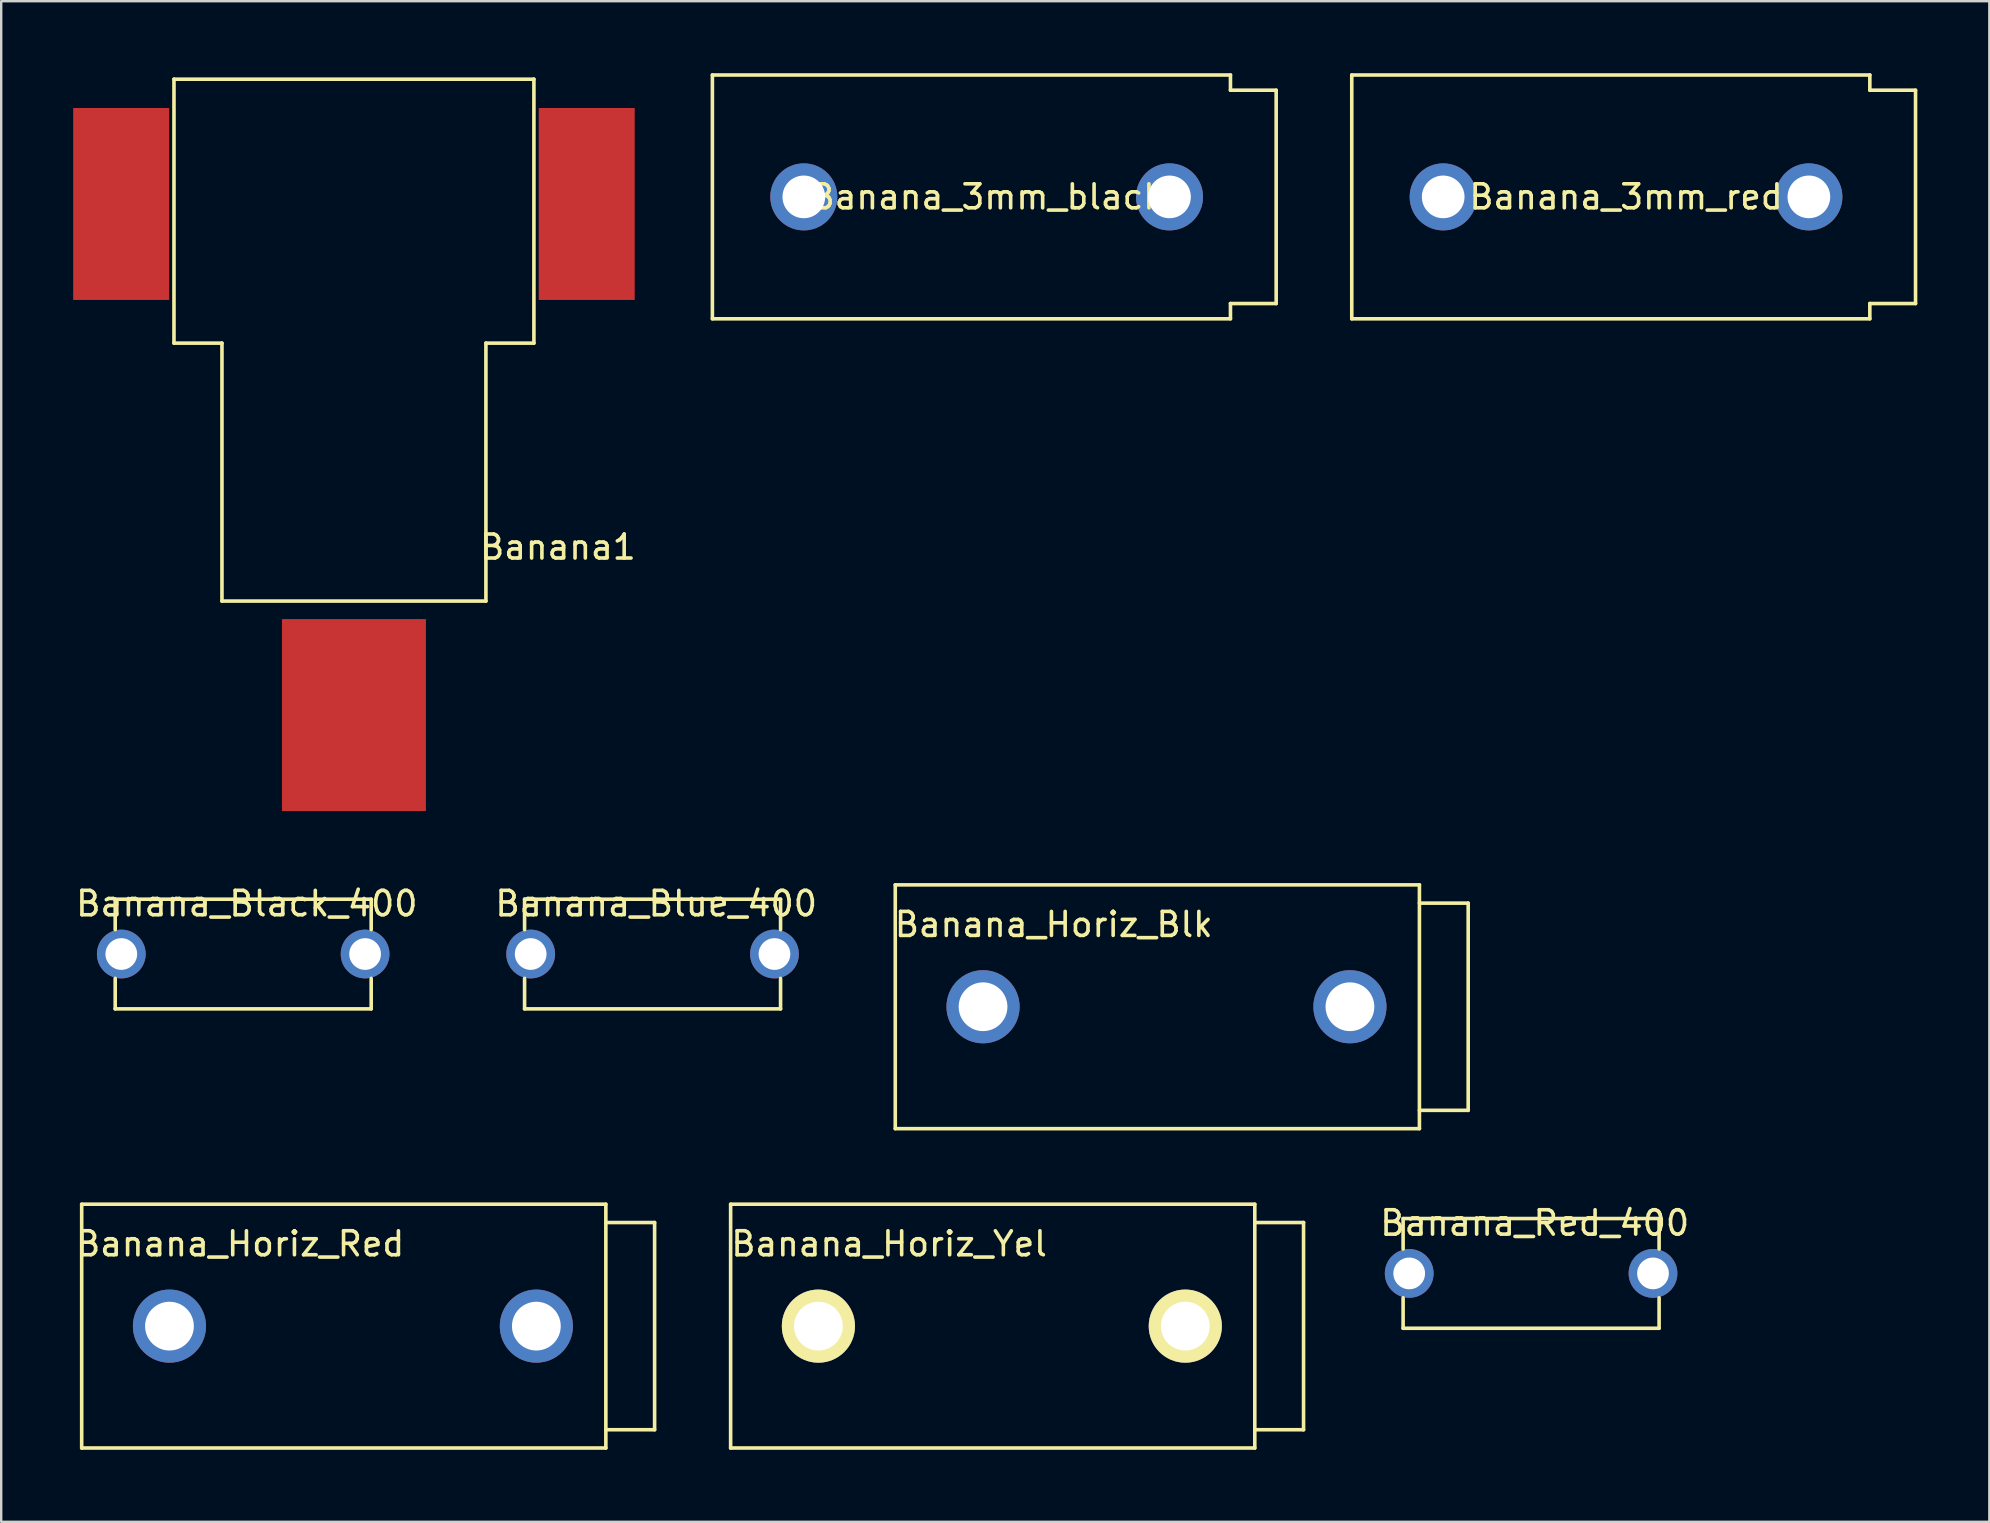
<source format=kicad_pcb>
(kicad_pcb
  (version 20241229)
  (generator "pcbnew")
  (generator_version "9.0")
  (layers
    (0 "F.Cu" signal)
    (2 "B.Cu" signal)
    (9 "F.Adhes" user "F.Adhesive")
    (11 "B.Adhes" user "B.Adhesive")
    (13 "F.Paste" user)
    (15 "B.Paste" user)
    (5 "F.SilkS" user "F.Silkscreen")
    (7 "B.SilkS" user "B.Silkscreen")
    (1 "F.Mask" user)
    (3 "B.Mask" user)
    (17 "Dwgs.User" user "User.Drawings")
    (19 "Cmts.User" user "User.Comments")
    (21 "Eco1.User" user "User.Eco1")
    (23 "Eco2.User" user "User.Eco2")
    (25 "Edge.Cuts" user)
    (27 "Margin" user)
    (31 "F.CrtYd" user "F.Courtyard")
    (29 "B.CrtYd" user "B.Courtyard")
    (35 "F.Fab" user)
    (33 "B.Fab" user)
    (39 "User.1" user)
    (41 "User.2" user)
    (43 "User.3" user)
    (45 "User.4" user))
  (footprint "Banana_Blue_400"
    (layer "F.Cu")
    (at 24.145 36.708)
    (property "Reference" "Banana_Blue_400" (at 0.15 -2.1 0) (layer "F.SilkS") (effects (font (size 1.016 1.016) (thickness 0.15))))
    (attr through_hole)
    (fp_line (start -5.334 -2.286) (end -5.334 -1.016) (stroke (width 0.15) (type solid)) (layer "F.SilkS"))
    (fp_line (start -5.334 1.016) (end -5.334 2.286) (stroke (width 0.15) (type solid)) (layer "F.SilkS"))
    (fp_line (start -5.334 2.286) (end 5.334 2.286) (stroke (width 0.15) (type solid)) (layer "F.SilkS"))
    (fp_line (start 5.334 -2.286) (end -5.334 -2.286) (stroke (width 0.15) (type solid)) (layer "F.SilkS"))
    (fp_line (start 5.334 -1.016) (end 5.334 -2.286) (stroke (width 0.15) (type solid)) (layer "F.SilkS"))
    (fp_line (start 5.334 2.286) (end 5.334 1.016) (stroke (width 0.15) (type solid)) (layer "F.SilkS"))
    (pad "1" thru_hole circle (at -5.08 0) (size 2.032 2.032) (drill 1.321) (layers "*.Cu" "*.Mask"))
    (pad "2" thru_hole circle (at 5.08 0) (size 2.032 2.032) (drill 1.321) (layers "*.Cu" "*.Mask")))
  (footprint "Banana_Horiz_Blk"
    (layer "F.Cu")
    (at 45.562 38.905)
    (property "Reference" "Banana_Horiz_Blk" (at -4.699 -3.429 0) (layer "F.SilkS") (effects (font (size 1 1) (thickness 0.15))))
    (attr through_hole)
    (fp_line (start -11.303 -5.08) (end 10.541 -5.08) (stroke (width 0.15) (type solid)) (layer "F.SilkS"))
    (fp_line (start -11.303 5.08) (end -11.303 -5.08) (stroke (width 0.15) (type solid)) (layer "F.SilkS"))
    (fp_line (start 10.541 -5.08) (end 10.541 5.08) (stroke (width 0.15) (type solid)) (layer "F.SilkS"))
    (fp_line (start 10.541 -4.318) (end 12.573 -4.318) (stroke (width 0.15) (type solid)) (layer "F.SilkS"))
    (fp_line (start 10.541 5.08) (end -11.303 5.08) (stroke (width 0.15) (type solid)) (layer "F.SilkS"))
    (fp_line (start 12.573 -4.318) (end 12.573 4.318) (stroke (width 0.15) (type solid)) (layer "F.SilkS"))
    (fp_line (start 12.573 4.318) (end 10.541 4.318) (stroke (width 0.15) (type solid)) (layer "F.SilkS"))
    (pad "1" thru_hole circle (at 7.645 0) (size 3.048 3.048) (drill 2.032) (layers "*.Cu" "*.Mask"))
    (pad "2" thru_hole circle (at -7.645 0) (size 3.048 3.048) (drill 2.032) (layers "*.Cu" "*.Mask")))
  (footprint "Banana_Black_400"
    (layer "F.Cu")
    (at 7.085 36.708)
    (property "Reference" "Banana_Black_400" (at 0.15 -2.1 0) (layer "F.SilkS") (effects (font (size 1.016 1.016) (thickness 0.15))))
    (attr through_hole)
    (fp_line (start -5.334 -2.286) (end -5.334 -1.016) (stroke (width 0.15) (type solid)) (layer "F.SilkS"))
    (fp_line (start -5.334 1.016) (end -5.334 2.286) (stroke (width 0.15) (type solid)) (layer "F.SilkS"))
    (fp_line (start -5.334 2.286) (end 5.334 2.286) (stroke (width 0.15) (type solid)) (layer "F.SilkS"))
    (fp_line (start 5.334 -2.286) (end -5.334 -2.286) (stroke (width 0.15) (type solid)) (layer "F.SilkS"))
    (fp_line (start 5.334 -1.016) (end 5.334 -2.286) (stroke (width 0.15) (type solid)) (layer "F.SilkS"))
    (fp_line (start 5.334 2.286) (end 5.334 1.016) (stroke (width 0.15) (type solid)) (layer "F.SilkS"))
    (pad "1" thru_hole circle (at -5.08 0) (size 2.032 2.032) (drill 1.321) (layers "*.Cu" "*.Mask"))
    (pad "2" thru_hole circle (at 5.08 0) (size 2.032 2.032) (drill 1.321) (layers "*.Cu" "*.Mask")))
  (footprint "Banana1"
    (layer "F.Cu")
    (at 11.7 0.25)
    (property "Reference" "Banana1" (at 8.5 19.5 0) (layer "F.SilkS") (effects (font (size 1 1) (thickness 0.15))))
    (attr through_hole)
    (fp_line (start -7.5 0) (end -7.5 11) (stroke (width 0.15) (type solid)) (layer "F.SilkS"))
    (fp_line (start -7.5 11) (end -5.5 11) (stroke (width 0.15) (type solid)) (layer "F.SilkS"))
    (fp_line (start -5.5 11) (end -5.5 21.75) (stroke (width 0.15) (type solid)) (layer "F.SilkS"))
    (fp_line (start -5.5 21.75) (end 5.5 21.75) (stroke (width 0.15) (type solid)) (layer "F.SilkS"))
    (fp_line (start 5.5 11) (end 7.5 11) (stroke (width 0.15) (type solid)) (layer "F.SilkS"))
    (fp_line (start 5.5 21.75) (end 5.5 11) (stroke (width 0.15) (type solid)) (layer "F.SilkS"))
    (fp_line (start 7.5 0) (end -7.5 0) (stroke (width 0.15) (type solid)) (layer "F.SilkS"))
    (fp_line (start 7.5 11) (end 7.5 0) (stroke (width 0.15) (type solid)) (layer "F.SilkS"))
    (pad "1" smd rect (at 0 26.5) (size 6 8) (layers "F.Cu" "F.Mask" "F.Paste"))
    (pad "2" smd rect (at 9.7 5.2) (size 4 8) (layers "F.Cu" "F.Mask" "F.Paste"))
    (pad "3" smd rect (at -9.7 5.2) (size 4 8) (layers "F.Cu" "F.Mask" "F.Paste")))
  (footprint "Banana_Horiz_Red"
    (layer "F.Cu")
    (at 11.657 52.215)
    (property "Reference" "Banana_Horiz_Red" (at -4.699 -3.429 0) (layer "F.SilkS") (effects (font (size 1 1) (thickness 0.15))))
    (attr through_hole)
    (fp_line (start -11.303 -5.08) (end 10.541 -5.08) (stroke (width 0.15) (type solid)) (layer "F.SilkS"))
    (fp_line (start -11.303 5.08) (end -11.303 -5.08) (stroke (width 0.15) (type solid)) (layer "F.SilkS"))
    (fp_line (start 10.541 -5.08) (end 10.541 5.08) (stroke (width 0.15) (type solid)) (layer "F.SilkS"))
    (fp_line (start 10.541 -4.318) (end 12.573 -4.318) (stroke (width 0.15) (type solid)) (layer "F.SilkS"))
    (fp_line (start 10.541 5.08) (end -11.303 5.08) (stroke (width 0.15) (type solid)) (layer "F.SilkS"))
    (fp_line (start 12.573 -4.318) (end 12.573 4.318) (stroke (width 0.15) (type solid)) (layer "F.SilkS"))
    (fp_line (start 12.573 4.318) (end 10.541 4.318) (stroke (width 0.15) (type solid)) (layer "F.SilkS"))
    (pad "1" thru_hole circle (at 7.645 0) (size 3.048 3.048) (drill 2.032) (layers "*.Cu" "*.Mask"))
    (pad "2" thru_hole circle (at -7.645 0) (size 3.048 3.048) (drill 2.032) (layers "*.Cu" "*.Mask")))
  (footprint "Banana_3mm_black"
    (layer "F.Cu")
    (at 38.068 5.155)
    (property "Reference" "Banana_3mm_black" (at 0 0 0) (layer "F.SilkS") (effects (font (size 1 1) (thickness 0.15))))
    (attr through_hole)
    (fp_line (start -11.43 -5.08) (end -11.43 5.08) (stroke (width 0.15) (type solid)) (layer "F.SilkS"))
    (fp_line (start -11.43 5.08) (end 10.16 5.08) (stroke (width 0.15) (type solid)) (layer "F.SilkS"))
    (fp_line (start 10.16 -5.08) (end -11.43 -5.08) (stroke (width 0.15) (type solid)) (layer "F.SilkS"))
    (fp_line (start 10.16 -4.445) (end 10.16 -5.08) (stroke (width 0.15) (type solid)) (layer "F.SilkS"))
    (fp_line (start 10.16 4.445) (end 12.065 4.445) (stroke (width 0.15) (type solid)) (layer "F.SilkS"))
    (fp_line (start 10.16 5.08) (end 10.16 4.445) (stroke (width 0.15) (type solid)) (layer "F.SilkS"))
    (fp_line (start 12.065 -4.445) (end 10.16 -4.445) (stroke (width 0.15) (type solid)) (layer "F.SilkS"))
    (fp_line (start 12.065 4.445) (end 12.065 -4.445) (stroke (width 0.15) (type solid)) (layer "F.SilkS"))
    (pad "1" thru_hole circle (at 7.62 0) (size 2.794 2.794) (drill 1.778) (layers "*.Cu" "*.Mask"))
    (pad "2" thru_hole circle (at -7.62 0) (size 2.794 2.794) (drill 1.778) (layers "*.Cu" "*.Mask")))
  (footprint "Banana_Horiz_Yel"
    (layer "F.Cu")
    (at 38.701 52.215)
    (property "Reference" "Banana_Horiz_Yel" (at -4.699 -3.429 0) (layer "F.SilkS") (effects (font (size 1 1) (thickness 0.15))))
    (attr through_hole)
    (fp_line (start -11.303 -5.08) (end 10.541 -5.08) (stroke (width 0.15) (type solid)) (layer "F.SilkS"))
    (fp_line (start -11.303 5.08) (end -11.303 -5.08) (stroke (width 0.15) (type solid)) (layer "F.SilkS"))
    (fp_line (start 10.541 -5.08) (end 10.541 5.08) (stroke (width 0.15) (type solid)) (layer "F.SilkS"))
    (fp_line (start 10.541 -4.318) (end 12.573 -4.318) (stroke (width 0.15) (type solid)) (layer "F.SilkS"))
    (fp_line (start 10.541 5.08) (end -11.303 5.08) (stroke (width 0.15) (type solid)) (layer "F.SilkS"))
    (fp_line (start 12.573 -4.318) (end 12.573 4.318) (stroke (width 0.15) (type solid)) (layer "F.SilkS"))
    (fp_line (start 12.573 4.318) (end 10.541 4.318) (stroke (width 0.15) (type solid)) (layer "F.SilkS"))
    (pad "1" thru_hole circle (at 7.645 0) (size 3.048 3.048) (drill 2.032) (layers "*.Cu" "*.Mask" "F.SilkS"))
    (pad "2" thru_hole circle (at -7.645 0) (size 3.048 3.048) (drill 2.032) (layers "*.Cu" "*.Mask" "F.SilkS")))
  (footprint "Banana_Red_400"
    (layer "F.Cu")
    (at 60.757 50.018)
    (property "Reference" "Banana_Red_400" (at 0.15 -2.1 0) (layer "F.SilkS") (effects (font (size 1.016 1.016) (thickness 0.15))))
    (attr through_hole)
    (fp_line (start -5.334 -2.286) (end -5.334 -1.016) (stroke (width 0.15) (type solid)) (layer "F.SilkS"))
    (fp_line (start -5.334 1.016) (end -5.334 2.286) (stroke (width 0.15) (type solid)) (layer "F.SilkS"))
    (fp_line (start -5.334 2.286) (end 5.334 2.286) (stroke (width 0.15) (type solid)) (layer "F.SilkS"))
    (fp_line (start 5.334 -2.286) (end -5.334 -2.286) (stroke (width 0.15) (type solid)) (layer "F.SilkS"))
    (fp_line (start 5.334 -1.016) (end 5.334 -2.286) (stroke (width 0.15) (type solid)) (layer "F.SilkS"))
    (fp_line (start 5.334 2.286) (end 5.334 1.016) (stroke (width 0.15) (type solid)) (layer "F.SilkS"))
    (pad "1" thru_hole circle (at -5.08 0) (size 2.032 2.032) (drill 1.321) (layers "*.Cu" "*.Mask"))
    (pad "2" thru_hole circle (at 5.08 0) (size 2.032 2.032) (drill 1.321) (layers "*.Cu" "*.Mask")))
  (footprint "Banana_3mm_red"
    (layer "F.Cu")
    (at 64.713 5.155)
    (property "Reference" "Banana_3mm_red" (at 0 0 0) (layer "F.SilkS") (effects (font (size 1 1) (thickness 0.15))))
    (attr through_hole)
    (fp_line (start -11.43 -5.08) (end -11.43 5.08) (stroke (width 0.15) (type solid)) (layer "F.SilkS"))
    (fp_line (start -11.43 5.08) (end 10.16 5.08) (stroke (width 0.15) (type solid)) (layer "F.SilkS"))
    (fp_line (start 10.16 -5.08) (end -11.43 -5.08) (stroke (width 0.15) (type solid)) (layer "F.SilkS"))
    (fp_line (start 10.16 -4.445) (end 10.16 -5.08) (stroke (width 0.15) (type solid)) (layer "F.SilkS"))
    (fp_line (start 10.16 4.445) (end 12.065 4.445) (stroke (width 0.15) (type solid)) (layer "F.SilkS"))
    (fp_line (start 10.16 5.08) (end 10.16 4.445) (stroke (width 0.15) (type solid)) (layer "F.SilkS"))
    (fp_line (start 12.065 -4.445) (end 10.16 -4.445) (stroke (width 0.15) (type solid)) (layer "F.SilkS"))
    (fp_line (start 12.065 4.445) (end 12.065 -4.445) (stroke (width 0.15) (type solid)) (layer "F.SilkS"))
    (pad "1" thru_hole circle (at 7.62 0) (size 2.794 2.794) (drill 1.778) (layers "*.Cu" "*.Mask"))
    (pad "2" thru_hole circle (at -7.62 0) (size 2.794 2.794) (drill 1.778) (layers "*.Cu" "*.Mask")))
  (gr_rect
    (start -3 -3)
    (end 79.853 60.37)
    (stroke (width 0.1) (type default))
    (fill no)
    (layer "Edge.Cuts")))
</source>
